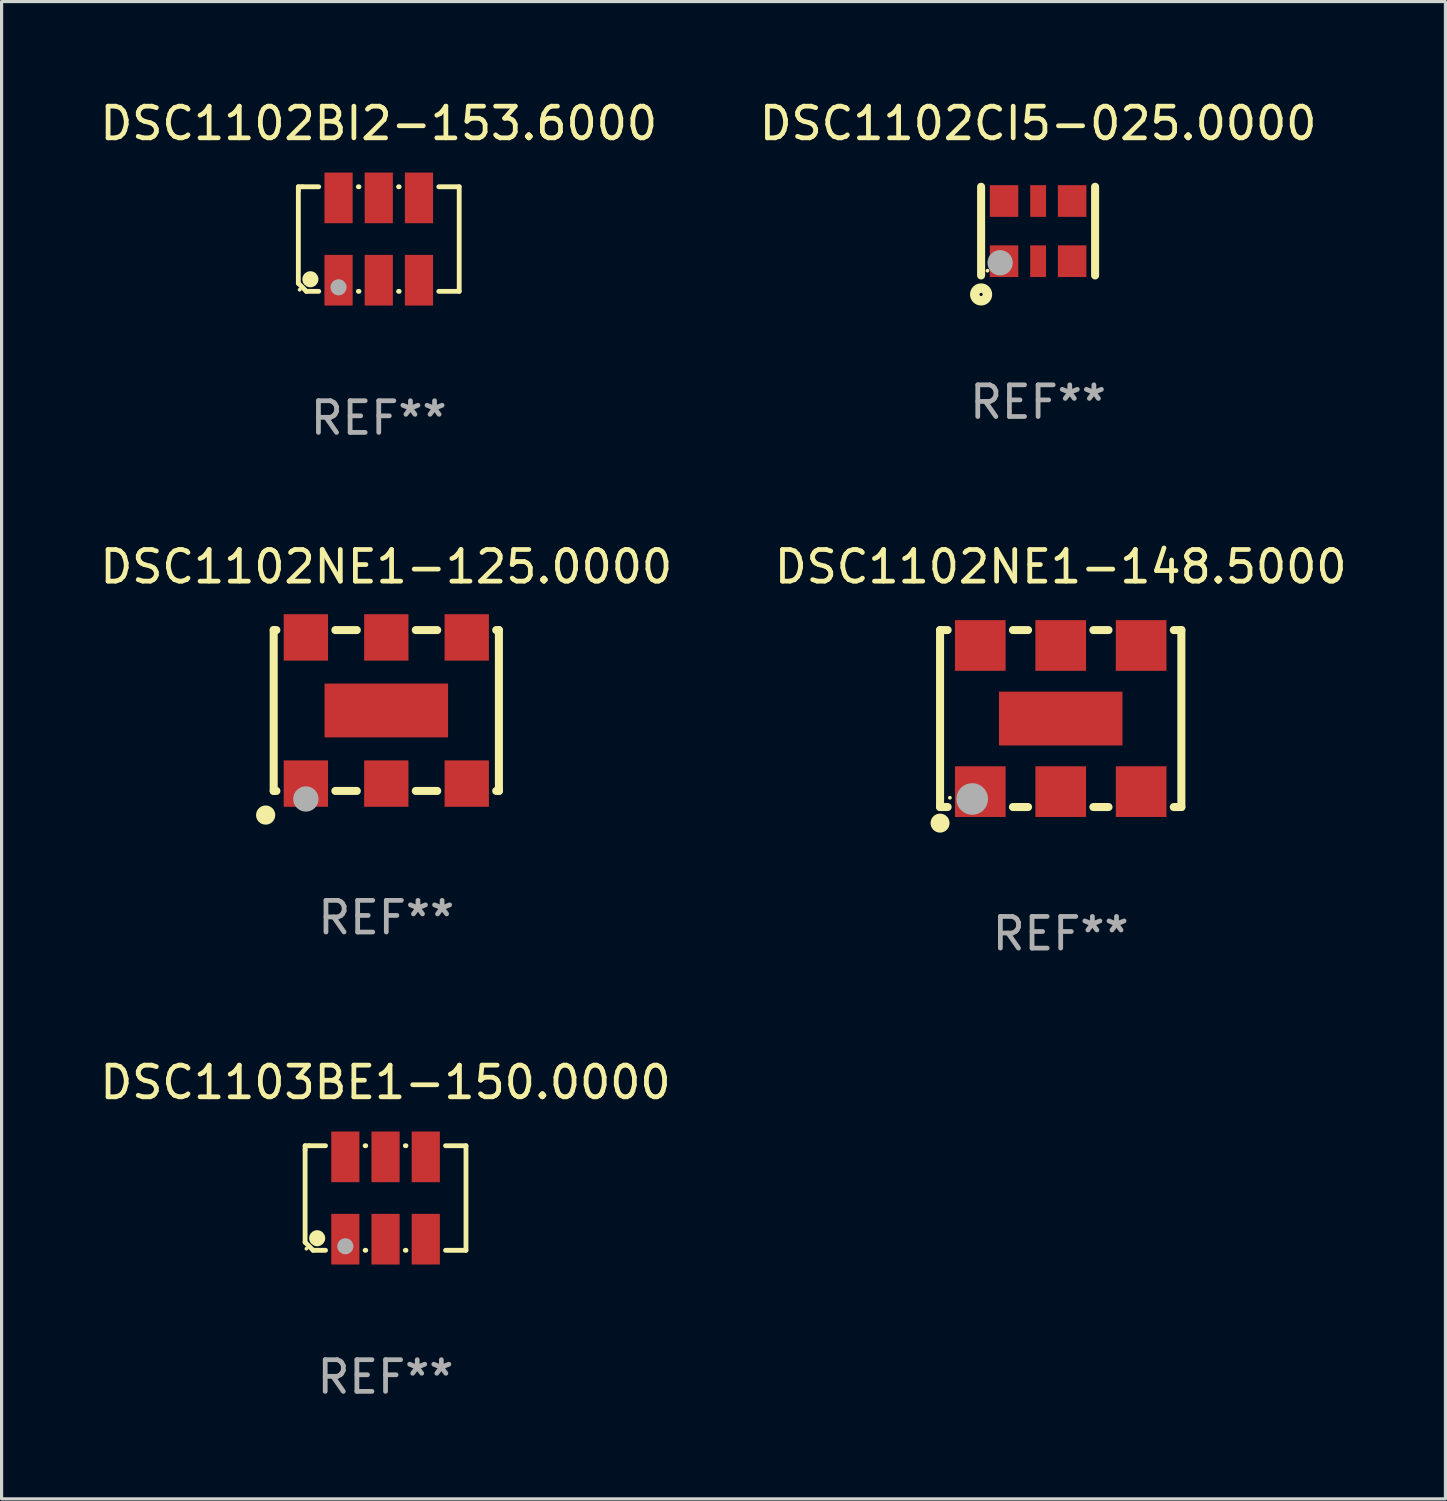
<source format=kicad_pcb>
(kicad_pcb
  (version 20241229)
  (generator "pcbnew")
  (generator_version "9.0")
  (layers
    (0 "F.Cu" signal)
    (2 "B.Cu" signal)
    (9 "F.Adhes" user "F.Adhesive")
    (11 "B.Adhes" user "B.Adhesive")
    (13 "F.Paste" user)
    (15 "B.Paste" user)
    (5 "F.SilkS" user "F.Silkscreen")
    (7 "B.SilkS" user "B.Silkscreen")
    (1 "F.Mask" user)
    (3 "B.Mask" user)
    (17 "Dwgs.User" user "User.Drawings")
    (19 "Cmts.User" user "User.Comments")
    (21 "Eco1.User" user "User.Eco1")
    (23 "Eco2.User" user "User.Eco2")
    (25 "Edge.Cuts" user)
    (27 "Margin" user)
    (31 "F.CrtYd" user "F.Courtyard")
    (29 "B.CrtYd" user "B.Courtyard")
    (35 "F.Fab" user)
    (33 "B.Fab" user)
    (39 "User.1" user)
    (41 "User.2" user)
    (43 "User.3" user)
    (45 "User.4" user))
  (footprint "DSC1102BI2-153.6000"
    (layer "F.Cu")
    (at 8.911 4.499)
    (property "Reference" "DSC1102BI2-153.6000" (at 0 -3.651 0) (layer "F.SilkS") (effects (font (size 1 1) (thickness 0.15))))
    (attr through_hole)
    (fp_line (start -2.54 -1.651) (end -2.413 -1.651) (stroke (width 0.152) (type solid)) (layer "F.SilkS"))
    (fp_line (start -2.54 -1.524) (end -2.54 -1.651) (stroke (width 0.152) (type solid)) (layer "F.SilkS"))
    (fp_line (start -2.54 1.397) (end -2.54 -1.524) (stroke (width 0.152) (type solid)) (layer "F.SilkS"))
    (fp_line (start -2.413 -1.651) (end -1.895 -1.651) (stroke (width 0.152) (type solid)) (layer "F.SilkS"))
    (fp_line (start -2.286 1.651) (end -2.54 1.397) (stroke (width 0.152) (type solid)) (layer "F.SilkS"))
    (fp_line (start -1.895 1.651) (end -2.286 1.651) (stroke (width 0.152) (type solid)) (layer "F.SilkS"))
    (fp_line (start -0.645 -1.651) (end -0.625 -1.651) (stroke (width 0.152) (type solid)) (layer "F.SilkS"))
    (fp_line (start -0.625 1.651) (end -0.645 1.651) (stroke (width 0.152) (type solid)) (layer "F.SilkS"))
    (fp_line (start 0.625 -1.651) (end 0.645 -1.651) (stroke (width 0.152) (type solid)) (layer "F.SilkS"))
    (fp_line (start 0.645 1.651) (end 0.625 1.651) (stroke (width 0.152) (type solid)) (layer "F.SilkS"))
    (fp_line (start 1.895 -1.651) (end 2.54 -1.651) (stroke (width 0.152) (type solid)) (layer "F.SilkS"))
    (fp_line (start 2.54 -1.651) (end 2.54 1.651) (stroke (width 0.152) (type solid)) (layer "F.SilkS"))
    (fp_line (start 2.54 1.651) (end 1.895 1.651) (stroke (width 0.152) (type solid)) (layer "F.SilkS"))
    (fp_circle (center -2.5 1.6) (end -2.47 1.6) (stroke (width 0.06) (type solid)) (fill no) (layer "F.SilkS"))
    (fp_circle (center -2.159 1.27) (end -2.032 1.27) (stroke (width 0.254) (type solid)) (fill no) (layer "F.SilkS"))
    (fp_circle (center -1.27 1.524) (end -1.143 1.524) (stroke (width 0.254) (type solid)) (fill no) (layer "F.Fab"))
    (fp_text user "REF**" (at 0 5.651 0) (layer "F.Fab") (effects (font (size 1 1) (thickness 0.15))))
    (pad "1" smd rect (at -1.27 1.3) (size 0.89 1.6) (layers "F.Cu" "F.Mask" "F.Paste"))
    (pad "2" smd rect (at 0 1.3) (size 0.89 1.6) (layers "F.Cu" "F.Mask" "F.Paste"))
    (pad "3" smd rect (at 1.27 1.3) (size 0.89 1.6) (layers "F.Cu" "F.Mask" "F.Paste"))
    (pad "4" smd rect (at 1.27 -1.3) (size 0.89 1.6) (layers "F.Cu" "F.Mask" "F.Paste"))
    (pad "5" smd rect (at 0 -1.3) (size 0.89 1.6) (layers "F.Cu" "F.Mask" "F.Paste"))
    (pad "6" smd rect (at -1.27 -1.3) (size 0.89 1.6) (layers "F.Cu" "F.Mask" "F.Paste")))
  (footprint "DSC1102NE1-148.5000"
    (layer "F.Cu")
    (at 30.446 19.641)
    (property "Reference" "DSC1102NE1-148.5000" (at 0 -4.794 0) (layer "F.SilkS") (effects (font (size 1 1) (thickness 0.15))))
    (attr through_hole)
    (fp_line (start -3.81 2.794) (end -3.81 -2.794) (stroke (width 0.254) (type solid)) (layer "F.SilkS"))
    (fp_line (start -3.81 2.794) (end -3.571 2.794) (stroke (width 0.254) (type solid)) (layer "F.SilkS"))
    (fp_line (start -3.571 -2.794) (end -3.81 -2.794) (stroke (width 0.254) (type solid)) (layer "F.SilkS"))
    (fp_line (start -1.509 2.794) (end -1.031 2.794) (stroke (width 0.254) (type solid)) (layer "F.SilkS"))
    (fp_line (start -1.031 -2.794) (end -1.509 -2.794) (stroke (width 0.254) (type solid)) (layer "F.SilkS"))
    (fp_line (start 1.031 2.794) (end 1.509 2.794) (stroke (width 0.254) (type solid)) (layer "F.SilkS"))
    (fp_line (start 1.509 -2.794) (end 1.031 -2.794) (stroke (width 0.254) (type solid)) (layer "F.SilkS"))
    (fp_line (start 3.571 2.794) (end 3.81 2.794) (stroke (width 0.254) (type solid)) (layer "F.SilkS"))
    (fp_line (start 3.81 -2.794) (end 3.571 -2.794) (stroke (width 0.254) (type solid)) (layer "F.SilkS"))
    (fp_line (start 3.81 -2.794) (end 3.81 2.794) (stroke (width 0.254) (type solid)) (layer "F.SilkS"))
    (fp_circle (center -3.81 3.302) (end -3.66 3.302) (stroke (width 0.3) (type solid)) (fill no) (layer "F.SilkS"))
    (fp_circle (center -3.5 2.5) (end -3.47 2.5) (stroke (width 0.06) (type solid)) (fill no) (layer "F.SilkS"))
    (fp_circle (center -2.794 2.54) (end -2.544 2.54) (stroke (width 0.5) (type solid)) (fill no) (layer "F.Fab"))
    (fp_text user "REF**" (at 0 6.794 0) (layer "F.Fab") (effects (font (size 1 1) (thickness 0.15))))
    (pad "1" smd rect (at -2.54 2.308) (size 1.6 1.6) (layers "F.Cu" "F.Mask" "F.Paste"))
    (pad "2" smd rect (at 0 2.308) (size 1.6 1.6) (layers "F.Cu" "F.Mask" "F.Paste"))
    (pad "3" smd rect (at 2.54 2.308) (size 1.6 1.6) (layers "F.Cu" "F.Mask" "F.Paste"))
    (pad "4" smd rect (at 2.54 -2.308) (size 1.6 1.6) (layers "F.Cu" "F.Mask" "F.Paste"))
    (pad "5" smd rect (at 0 -2.308) (size 1.6 1.6) (layers "F.Cu" "F.Mask" "F.Paste"))
    (pad "6" smd rect (at -2.54 -2.308) (size 1.6 1.6) (layers "F.Cu" "F.Mask" "F.Paste"))
    (pad "7" smd rect (at 0 0 90) (size 1.7 3.9) (layers "F.Cu" "F.Mask" "F.Paste")))
  (footprint "DSC1103BE1-150.0000"
    (layer "F.Cu")
    (at 9.125 34.782)
    (property "Reference" "DSC1103BE1-150.0000" (at 0 -3.651 0) (layer "F.SilkS") (effects (font (size 1 1) (thickness 0.15))))
    (attr through_hole)
    (fp_line (start -2.54 -1.651) (end -2.413 -1.651) (stroke (width 0.152) (type solid)) (layer "F.SilkS"))
    (fp_line (start -2.54 -1.524) (end -2.54 -1.651) (stroke (width 0.152) (type solid)) (layer "F.SilkS"))
    (fp_line (start -2.54 1.397) (end -2.54 -1.524) (stroke (width 0.152) (type solid)) (layer "F.SilkS"))
    (fp_line (start -2.413 -1.651) (end -1.895 -1.651) (stroke (width 0.152) (type solid)) (layer "F.SilkS"))
    (fp_line (start -2.286 1.651) (end -2.54 1.397) (stroke (width 0.152) (type solid)) (layer "F.SilkS"))
    (fp_line (start -1.895 1.651) (end -2.286 1.651) (stroke (width 0.152) (type solid)) (layer "F.SilkS"))
    (fp_line (start -0.645 -1.651) (end -0.625 -1.651) (stroke (width 0.152) (type solid)) (layer "F.SilkS"))
    (fp_line (start -0.625 1.651) (end -0.645 1.651) (stroke (width 0.152) (type solid)) (layer "F.SilkS"))
    (fp_line (start 0.625 -1.651) (end 0.645 -1.651) (stroke (width 0.152) (type solid)) (layer "F.SilkS"))
    (fp_line (start 0.645 1.651) (end 0.625 1.651) (stroke (width 0.152) (type solid)) (layer "F.SilkS"))
    (fp_line (start 1.895 -1.651) (end 2.54 -1.651) (stroke (width 0.152) (type solid)) (layer "F.SilkS"))
    (fp_line (start 2.54 -1.651) (end 2.54 1.651) (stroke (width 0.152) (type solid)) (layer "F.SilkS"))
    (fp_line (start 2.54 1.651) (end 1.895 1.651) (stroke (width 0.152) (type solid)) (layer "F.SilkS"))
    (fp_circle (center -2.5 1.6) (end -2.47 1.6) (stroke (width 0.06) (type solid)) (fill no) (layer "F.SilkS"))
    (fp_circle (center -2.159 1.27) (end -2.032 1.27) (stroke (width 0.254) (type solid)) (fill no) (layer "F.SilkS"))
    (fp_circle (center -1.27 1.524) (end -1.143 1.524) (stroke (width 0.254) (type solid)) (fill no) (layer "F.Fab"))
    (fp_text user "REF**" (at 0 5.651 0) (layer "F.Fab") (effects (font (size 1 1) (thickness 0.15))))
    (pad "1" smd rect (at -1.27 1.3) (size 0.89 1.6) (layers "F.Cu" "F.Mask" "F.Paste"))
    (pad "2" smd rect (at 0 1.3) (size 0.89 1.6) (layers "F.Cu" "F.Mask" "F.Paste"))
    (pad "3" smd rect (at 1.27 1.3) (size 0.89 1.6) (layers "F.Cu" "F.Mask" "F.Paste"))
    (pad "4" smd rect (at 1.27 -1.3) (size 0.89 1.6) (layers "F.Cu" "F.Mask" "F.Paste"))
    (pad "5" smd rect (at 0 -1.3) (size 0.89 1.6) (layers "F.Cu" "F.Mask" "F.Paste"))
    (pad "6" smd rect (at -1.27 -1.3) (size 0.89 1.6) (layers "F.Cu" "F.Mask" "F.Paste")))
  (footprint "DSC1102NE1-125.0000"
    (layer "F.Cu")
    (at 9.149 19.387)
    (property "Reference" "DSC1102NE1-125.0000" (at 0 -4.54 0) (layer "F.SilkS") (effects (font (size 1 1) (thickness 0.15))))
    (attr through_hole)
    (fp_line (start -3.556 -2.54) (end -3.556 2.54) (stroke (width 0.254) (type solid)) (layer "F.SilkS"))
    (fp_line (start -3.556 2.54) (end -3.471 2.54) (stroke (width 0.254) (type solid)) (layer "F.SilkS"))
    (fp_line (start -3.471 -2.54) (end -3.556 -2.54) (stroke (width 0.254) (type solid)) (layer "F.SilkS"))
    (fp_line (start -1.609 2.54) (end -0.931 2.54) (stroke (width 0.254) (type solid)) (layer "F.SilkS"))
    (fp_line (start -0.931 -2.54) (end -1.609 -2.54) (stroke (width 0.254) (type solid)) (layer "F.SilkS"))
    (fp_line (start 0.931 2.54) (end 1.609 2.54) (stroke (width 0.254) (type solid)) (layer "F.SilkS"))
    (fp_line (start 1.609 -2.54) (end 0.931 -2.54) (stroke (width 0.254) (type solid)) (layer "F.SilkS"))
    (fp_line (start 3.471 2.54) (end 3.556 2.54) (stroke (width 0.254) (type solid)) (layer "F.SilkS"))
    (fp_line (start 3.556 -2.54) (end 3.471 -2.54) (stroke (width 0.254) (type solid)) (layer "F.SilkS"))
    (fp_line (start 3.556 2.54) (end 3.556 -2.54) (stroke (width 0.254) (type solid)) (layer "F.SilkS"))
    (fp_circle (center -3.81 3.302) (end -3.657 3.302) (stroke (width 0.3) (type solid)) (fill no) (layer "F.SilkS"))
    (fp_circle (center -3.5 2.5) (end -3.47 2.5) (stroke (width 0.06) (type solid)) (fill no) (layer "F.SilkS"))
    (fp_circle (center -2.54 2.794) (end -2.34 2.794) (stroke (width 0.4) (type solid)) (fill no) (layer "F.Fab"))
    (fp_text user "REF**" (at 0 6.54 0) (layer "F.Fab") (effects (font (size 1 1) (thickness 0.15))))
    (pad "1" smd rect (at -2.54 2.308) (size 1.4 1.465) (layers "F.Cu" "F.Mask" "F.Paste"))
    (pad "2" smd rect (at 0 2.308) (size 1.4 1.465) (layers "F.Cu" "F.Mask" "F.Paste"))
    (pad "3" smd rect (at 2.54 2.308) (size 1.4 1.465) (layers "F.Cu" "F.Mask" "F.Paste"))
    (pad "4" smd rect (at 2.54 -2.308) (size 1.4 1.465) (layers "F.Cu" "F.Mask" "F.Paste"))
    (pad "5" smd rect (at 0 -2.308) (size 1.4 1.465) (layers "F.Cu" "F.Mask" "F.Paste"))
    (pad "6" smd rect (at -2.54 -2.308) (size 1.4 1.465) (layers "F.Cu" "F.Mask" "F.Paste"))
    (pad "7" smd rect (at 0 0) (size 3.9 1.7) (layers "F.Cu" "F.Mask" "F.Paste")))
  (footprint "DSC1102CI5-025.0000"
    (layer "F.Cu")
    (at 29.732 4.248)
    (property "Reference" "DSC1102CI5-025.0000" (at 0 -3.4 0) (layer "F.SilkS") (effects (font (size 1 1) (thickness 0.15))))
    (attr through_hole)
    (fp_line (start -1.8 -1.4) (end -1.8 1.4) (stroke (width 0.254) (type solid)) (layer "F.SilkS"))
    (fp_line (start 1.8 -1.4) (end 1.8 1.4) (stroke (width 0.254) (type solid)) (layer "F.SilkS"))
    (fp_circle (center -1.8 2) (end -1.6 2) (stroke (width 0.3) (type solid)) (fill no) (layer "F.SilkS"))
    (fp_circle (center -1.6 1.25) (end -1.57 1.25) (stroke (width 0.06) (type solid)) (fill no) (layer "F.SilkS"))
    (fp_circle (center -1.2 1) (end -1 1) (stroke (width 0.4) (type solid)) (fill no) (layer "F.Fab"))
    (fp_text user "REF**" (at 0 5.4 0) (layer "F.Fab") (effects (font (size 1 1) (thickness 0.15))))
    (pad "1" smd rect (at -1.075 0.95) (size 0.9 1) (layers "F.Cu" "F.Mask" "F.Paste"))
    (pad "2" smd rect (at 0 0.95) (size 0.5 1) (layers "F.Cu" "F.Mask" "F.Paste"))
    (pad "3" smd rect (at 1.075 0.95) (size 0.9 1) (layers "F.Cu" "F.Mask" "F.Paste"))
    (pad "4" smd rect (at 1.075 -0.95) (size 0.9 1) (layers "F.Cu" "F.Mask" "F.Paste"))
    (pad "5" smd rect (at 0 -0.95) (size 0.5 1) (layers "F.Cu" "F.Mask" "F.Paste"))
    (pad "6" smd rect (at -1.075 -0.95) (size 0.9 1) (layers "F.Cu" "F.Mask" "F.Paste")))
  (gr_rect
    (start -3 -3)
    (end 42.595 44.282)
    (stroke (width 0.1) (type default))
    (fill no)
    (layer "Edge.Cuts")))
</source>
